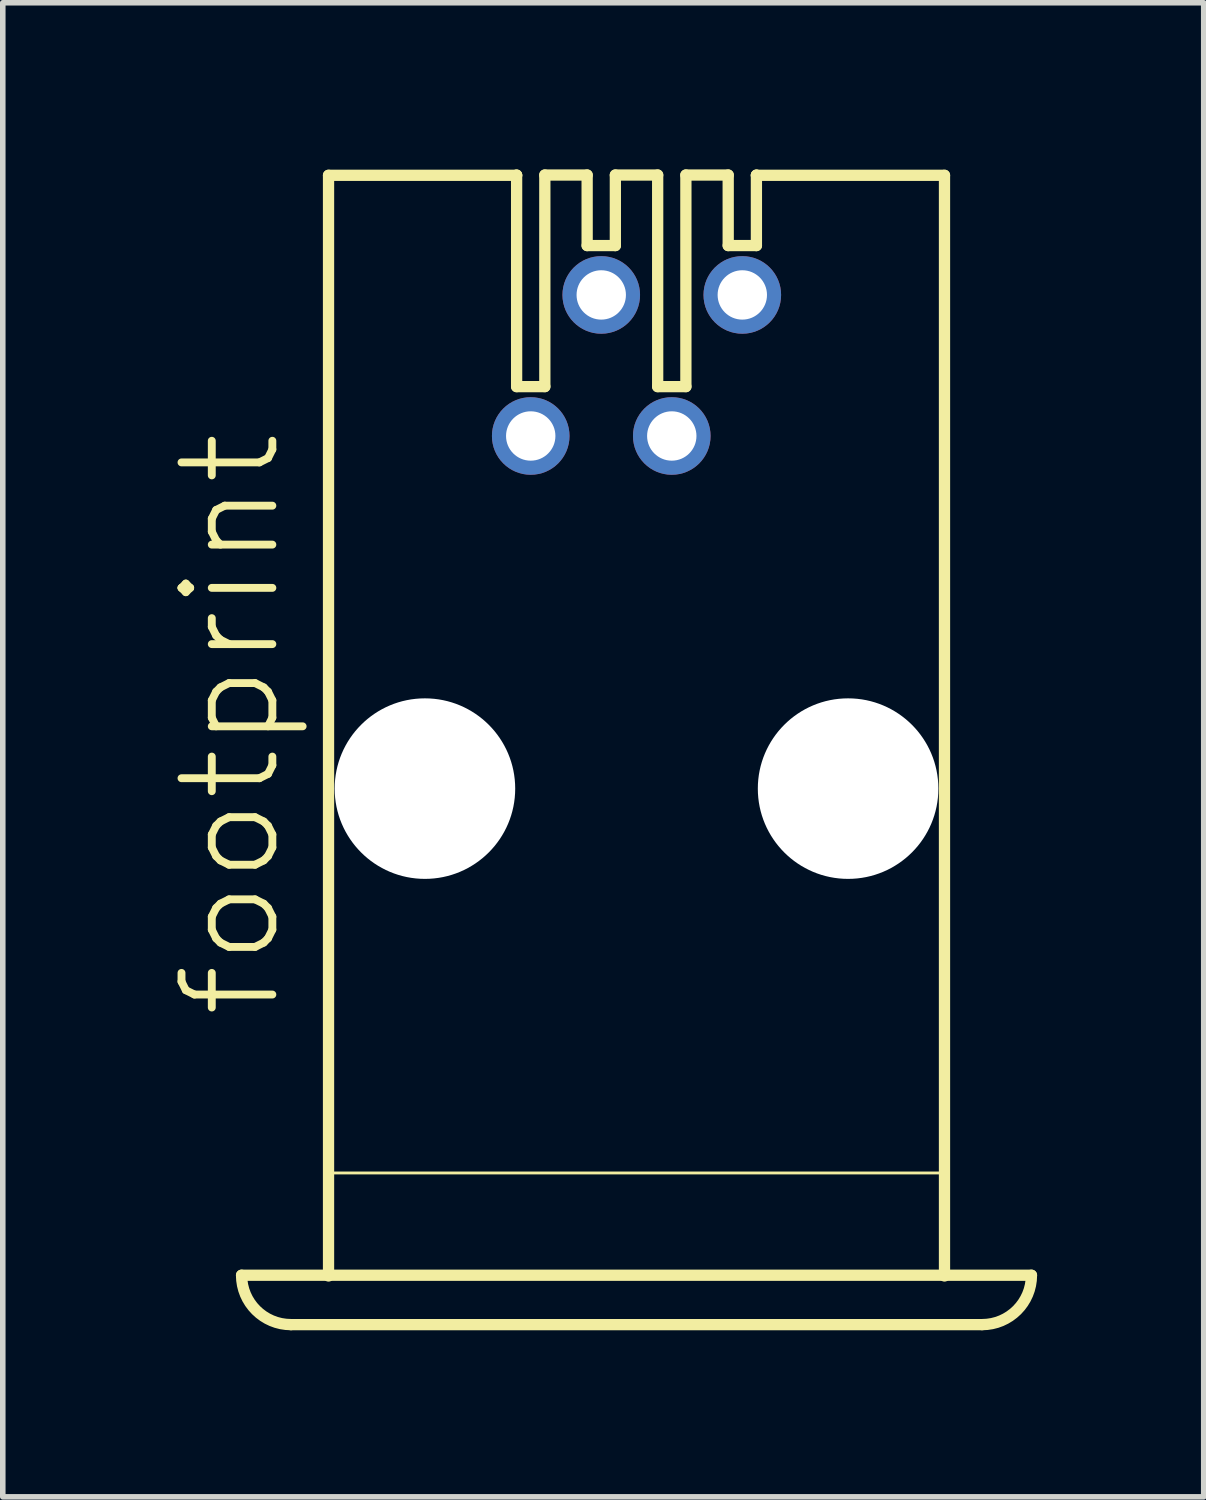
<source format=kicad_pcb>
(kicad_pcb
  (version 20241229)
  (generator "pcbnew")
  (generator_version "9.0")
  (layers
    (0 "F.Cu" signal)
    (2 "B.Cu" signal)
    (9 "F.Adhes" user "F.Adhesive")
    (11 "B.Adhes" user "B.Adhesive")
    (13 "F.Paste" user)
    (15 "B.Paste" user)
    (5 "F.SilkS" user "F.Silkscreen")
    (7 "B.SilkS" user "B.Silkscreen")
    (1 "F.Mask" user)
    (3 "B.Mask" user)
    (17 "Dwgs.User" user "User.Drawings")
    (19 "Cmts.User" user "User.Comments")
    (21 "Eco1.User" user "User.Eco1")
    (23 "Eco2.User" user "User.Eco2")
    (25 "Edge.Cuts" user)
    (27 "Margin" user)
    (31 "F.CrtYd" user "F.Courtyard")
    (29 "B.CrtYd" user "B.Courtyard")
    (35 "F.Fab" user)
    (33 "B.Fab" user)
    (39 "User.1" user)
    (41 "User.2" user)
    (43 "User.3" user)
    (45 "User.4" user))
  (footprint "footprint"
    (layer "F.Cu")
    (at 8.412 11.151)
    (property "Reference" "footprint" (at -6.35 4.191 90) (layer "F.SilkS") (effects (font (size 1.636 1.636) (thickness 0.142)) (justify left bottom)))
    (fp_line (start -5.546 -11.044) (end -2.159 -11.044) (stroke (width 0.203) (type solid)) (layer "F.SilkS"))
    (fp_line (start -5.546 8.776) (end -5.546 -11.044) (stroke (width 0.203) (type solid)) (layer "F.SilkS"))
    (fp_line (start -5.524 6.921) (end 5.524 6.921) (stroke (width 0.051) (type solid)) (layer "F.SilkS"))
    (fp_line (start -2.159 -11.049) (end -2.159 -11.044) (stroke (width 0.203) (type solid)) (layer "F.SilkS"))
    (fp_line (start -2.159 -11.044) (end -2.159 -7.239) (stroke (width 0.203) (type solid)) (layer "F.SilkS"))
    (fp_line (start -2.159 -7.239) (end -1.651 -7.239) (stroke (width 0.203) (type solid)) (layer "F.SilkS"))
    (fp_line (start -1.651 -11.049) (end -1.651 -7.239) (stroke (width 0.203) (type solid)) (layer "F.SilkS"))
    (fp_line (start -1.651 -11.049) (end -0.889 -11.049) (stroke (width 0.203) (type solid)) (layer "F.SilkS"))
    (fp_line (start -0.889 -11.049) (end -0.889 -9.779) (stroke (width 0.203) (type solid)) (layer "F.SilkS"))
    (fp_line (start -0.889 -9.779) (end -0.381 -9.779) (stroke (width 0.203) (type solid)) (layer "F.SilkS"))
    (fp_line (start -0.381 -11.049) (end -0.381 -9.779) (stroke (width 0.203) (type solid)) (layer "F.SilkS"))
    (fp_line (start -0.381 -11.049) (end 0.381 -11.049) (stroke (width 0.203) (type solid)) (layer "F.SilkS"))
    (fp_line (start 0.381 -11.049) (end 0.381 -7.239) (stroke (width 0.203) (type solid)) (layer "F.SilkS"))
    (fp_line (start 0.381 -7.239) (end 0.889 -7.239) (stroke (width 0.203) (type solid)) (layer "F.SilkS"))
    (fp_line (start 0.889 -11.049) (end 0.889 -7.239) (stroke (width 0.203) (type solid)) (layer "F.SilkS"))
    (fp_line (start 0.889 -11.049) (end 1.651 -11.049) (stroke (width 0.203) (type solid)) (layer "F.SilkS"))
    (fp_line (start 1.651 -11.049) (end 1.651 -9.779) (stroke (width 0.203) (type solid)) (layer "F.SilkS"))
    (fp_line (start 1.651 -9.779) (end 2.159 -9.779) (stroke (width 0.203) (type solid)) (layer "F.SilkS"))
    (fp_line (start 2.159 -11.049) (end 2.159 -11.044) (stroke (width 0.203) (type solid)) (layer "F.SilkS"))
    (fp_line (start 2.159 -11.044) (end 2.159 -9.779) (stroke (width 0.203) (type solid)) (layer "F.SilkS"))
    (fp_line (start 2.159 -11.044) (end 5.546 -11.044) (stroke (width 0.203) (type solid)) (layer "F.SilkS"))
    (fp_line (start 5.546 -11.044) (end 5.546 8.776) (stroke (width 0.203) (type solid)) (layer "F.SilkS"))
    (fp_line (start 6.223 9.652) (end -6.223 9.652) (stroke (width 0.203) (type solid)) (layer "F.SilkS"))
    (fp_line (start 7.112 8.763) (end -7.112 8.763) (stroke (width 0.203) (type solid)) (layer "F.SilkS"))
    (fp_arc (start -6.223 9.652) (mid -6.851618 9.391618) (end -7.112 8.763) (stroke (width 0.2032) (type solid)) (layer "F.SilkS"))
    (fp_arc (start 7.112 8.763) (mid 6.851618 9.391618) (end 6.223 9.652) (stroke (width 0.2032) (type solid)) (layer "F.SilkS"))
    (pad "" np_thru_hole circle (at -3.81 0) (size 3.251 3.251) (drill 3.251) (layers "*.Cu" "*.Mask"))
    (pad "" np_thru_hole circle (at 3.81 0) (size 3.251 3.251) (drill 3.251) (layers "*.Cu" "*.Mask"))
    (pad "1" thru_hole circle (at -1.905 -6.35) (size 1.397 1.397) (drill 0.889) (layers "*.Cu" "*.Mask"))
    (pad "2" thru_hole circle (at -0.635 -8.89) (size 1.397 1.397) (drill 0.889) (layers "*.Cu" "*.Mask"))
    (pad "3" thru_hole circle (at 0.635 -6.35) (size 1.397 1.397) (drill 0.889) (layers "*.Cu" "*.Mask"))
    (pad "4" thru_hole circle (at 1.905 -8.89) (size 1.397 1.397) (drill 0.889) (layers "*.Cu" "*.Mask")))
  (gr_rect
    (start -3 -3)
    (end 18.626 23.904)
    (stroke (width 0.1) (type default))
    (fill no)
    (layer "Edge.Cuts")))
</source>
